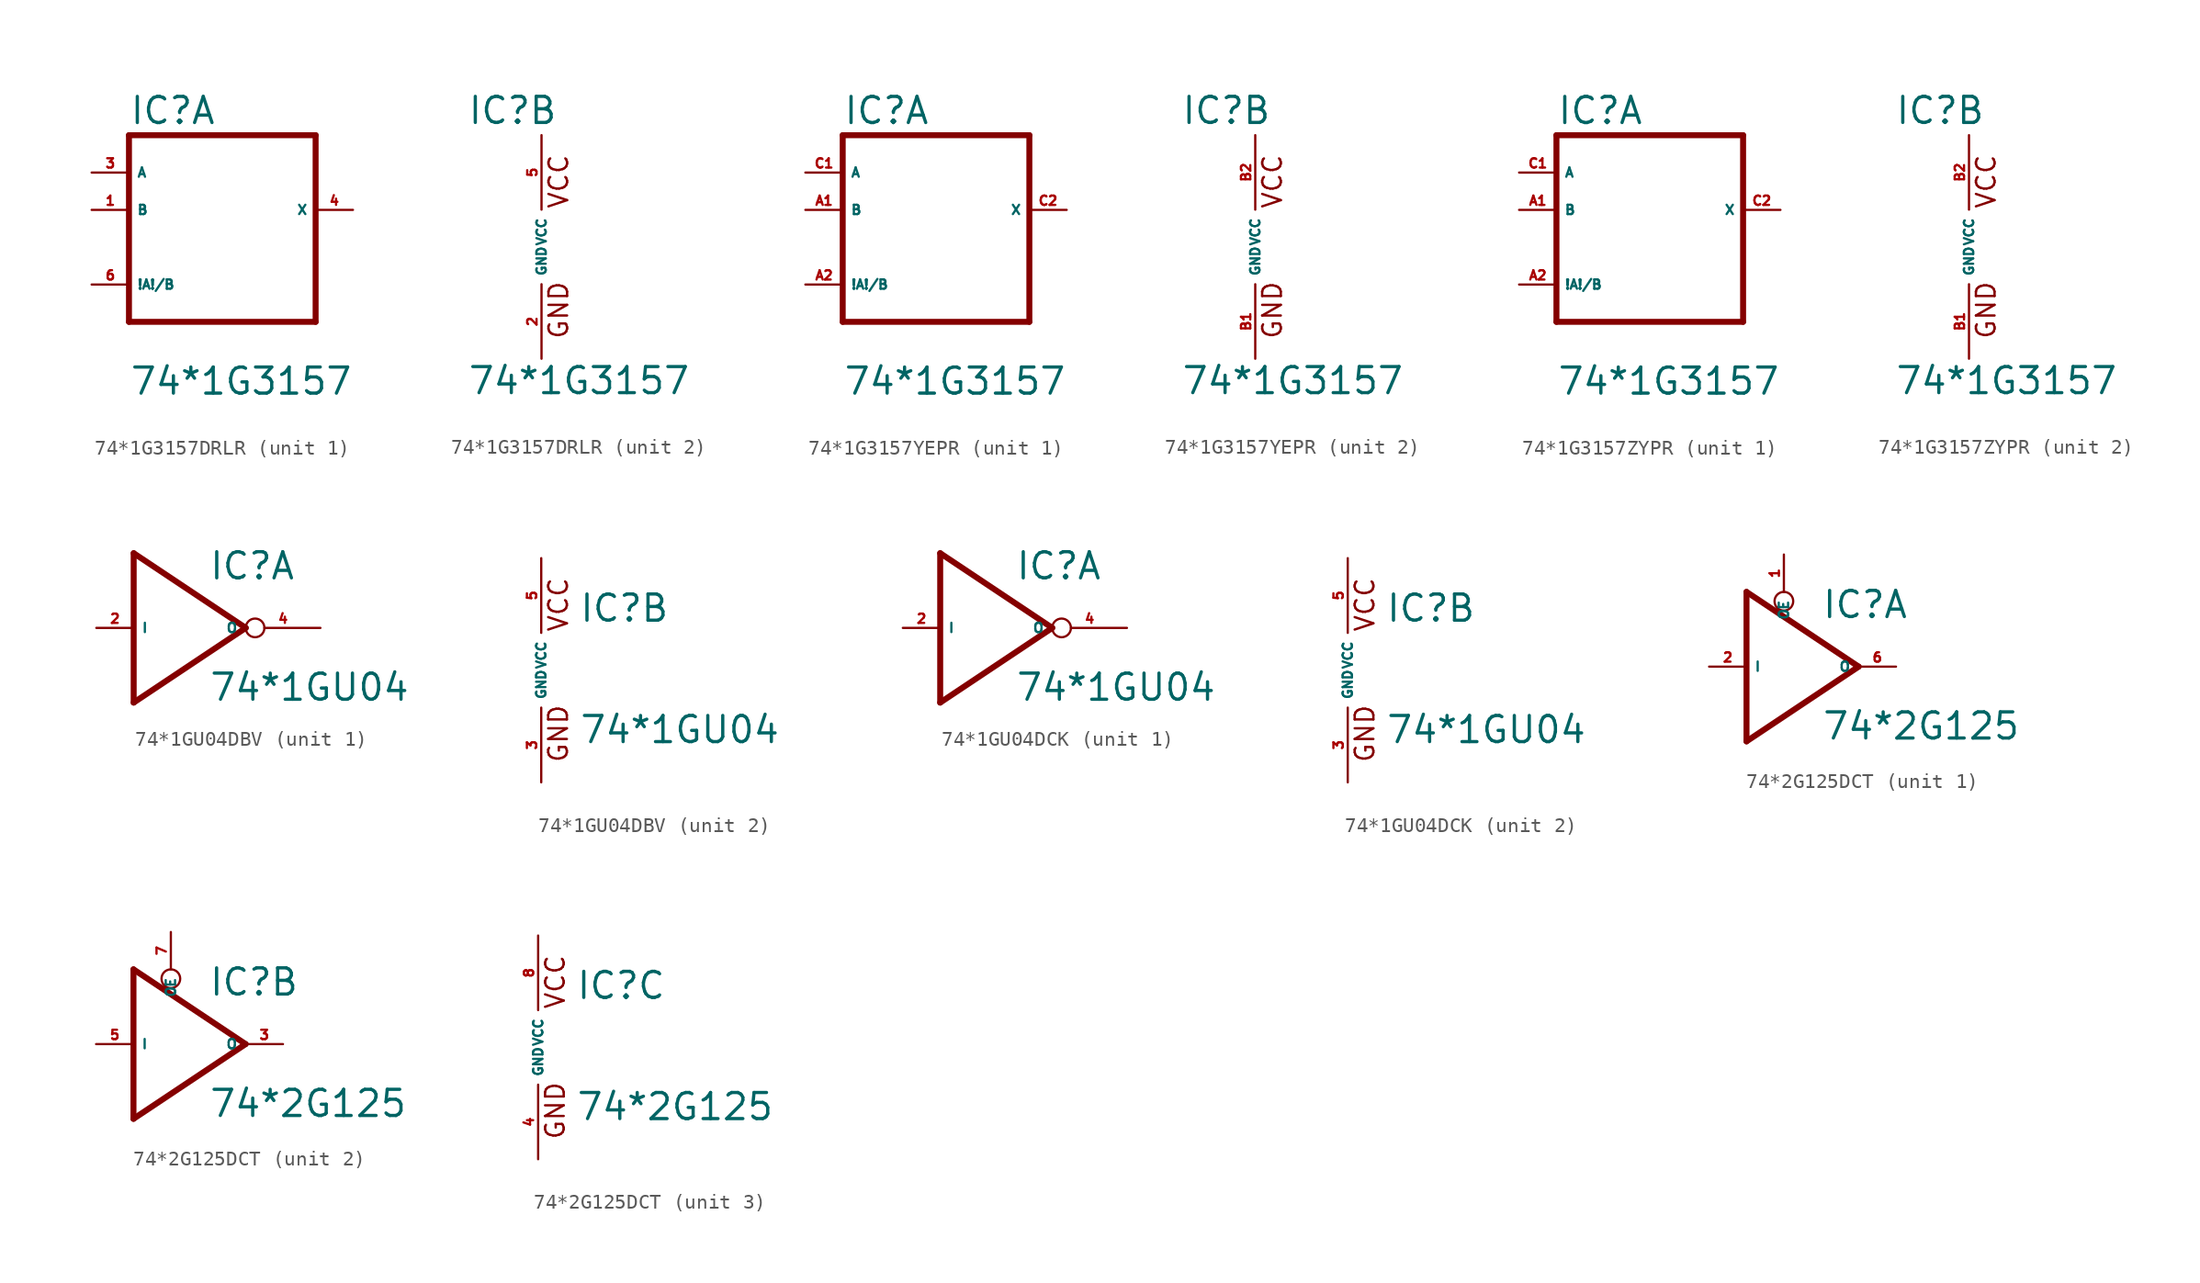
<source format=kicad_sym>
(kicad_symbol_lib
  (version 20220914)
  (generator Eagle2Kicad)
  (symbol "74*1G3157DRLR"
    (property "Reference" "IC"
      (at -5.08 8.255 0)
      (effects (font (size 1.778 1.778) (thickness 0.22)) (justify left bottom)))
    (property "Value" "74*1G3157"
      (at -5.08 -10.16 0)
      (effects (font (size 1.778 1.778) (thickness 0.22)) (justify left bottom)))
    (symbol "74*1G3157DRLR_1_0"
      (polyline (pts (xy -5.08 -5.08) (xy 7.62 -5.08)) (stroke (width 0.406) (type default)) (fill (type none)))
      (polyline (pts (xy 7.62 -5.08) (xy 7.62 7.62)) (stroke (width 0.406) (type default)) (fill (type none)))
      (polyline (pts (xy 7.62 7.62) (xy -5.08 7.62)) (stroke (width 0.406) (type default)) (fill (type none)))
      (polyline (pts (xy -5.08 7.62) (xy -5.08 -5.08)) (stroke (width 0.406) (type default)) (fill (type none)))
      (pin input line (at -7.62 -2.54 0) (length 2.54) (name "!A!/B" (effects (font (size 0.635 0.635) (thickness 0.08)) (justify left bottom))) (number "6" (effects (font (size 0.635 0.635) (thickness 0.08)) (justify left bottom))))
      (pin bidirectional line (at -7.62 5.08 0) (length 2.54) (name "A" (effects (font (size 0.635 0.635) (thickness 0.08)) (justify left bottom))) (number "3" (effects (font (size 0.635 0.635) (thickness 0.08)) (justify left bottom))))
      (pin bidirectional line (at -7.62 2.54 0) (length 2.54) (name "B" (effects (font (size 0.635 0.635) (thickness 0.08)) (justify left bottom))) (number "1" (effects (font (size 0.635 0.635) (thickness 0.08)) (justify left bottom))))
      (pin bidirectional line (at 10.16 2.54 180) (length 2.54) (name "X" (effects (font (size 0.635 0.635) (thickness 0.08)) (justify left bottom))) (number "4" (effects (font (size 0.635 0.635) (thickness 0.08)) (justify left bottom)))))
    (symbol "74*1G3157DRLR_2_0"
      (text "GND" (at 1.905 -6.35 900) (effects (font (size 1.27 1.27) (thickness 0.16)) (justify left bottom)))
      (text "VCC" (at 1.905 2.54 900) (effects (font (size 1.27 1.27) (thickness 0.16)) (justify left bottom)))
      (pin unspecified line (at 0 -7.62 90) (length 5.08) (name "GND" (effects (font (size 0.635 0.635) (thickness 0.08)) (justify left bottom))) (number "2" (effects (font (size 0.635 0.635) (thickness 0.08)) (justify left bottom))))
      (pin unspecified line (at 0 7.62 270) (length 5.08) (name "VCC" (effects (font (size 0.635 0.635) (thickness 0.08)) (justify left bottom))) (number "5" (effects (font (size 0.635 0.635) (thickness 0.08)) (justify left bottom))))))
  (symbol "74*1G3157YEPR"
    (property "Reference" "IC"
      (at -5.08 8.255 0)
      (effects (font (size 1.778 1.778) (thickness 0.22)) (justify left bottom)))
    (property "Value" "74*1G3157"
      (at -5.08 -10.16 0)
      (effects (font (size 1.778 1.778) (thickness 0.22)) (justify left bottom)))
    (symbol "74*1G3157YEPR_1_0"
      (polyline (pts (xy -5.08 -5.08) (xy 7.62 -5.08)) (stroke (width 0.406) (type default)) (fill (type none)))
      (polyline (pts (xy 7.62 -5.08) (xy 7.62 7.62)) (stroke (width 0.406) (type default)) (fill (type none)))
      (polyline (pts (xy 7.62 7.62) (xy -5.08 7.62)) (stroke (width 0.406) (type default)) (fill (type none)))
      (polyline (pts (xy -5.08 7.62) (xy -5.08 -5.08)) (stroke (width 0.406) (type default)) (fill (type none)))
      (pin input line (at -7.62 -2.54 0) (length 2.54) (name "!A!/B" (effects (font (size 0.635 0.635) (thickness 0.08)) (justify left bottom))) (number "A2" (effects (font (size 0.635 0.635) (thickness 0.08)) (justify left bottom))))
      (pin bidirectional line (at -7.62 5.08 0) (length 2.54) (name "A" (effects (font (size 0.635 0.635) (thickness 0.08)) (justify left bottom))) (number "C1" (effects (font (size 0.635 0.635) (thickness 0.08)) (justify left bottom))))
      (pin bidirectional line (at -7.62 2.54 0) (length 2.54) (name "B" (effects (font (size 0.635 0.635) (thickness 0.08)) (justify left bottom))) (number "A1" (effects (font (size 0.635 0.635) (thickness 0.08)) (justify left bottom))))
      (pin bidirectional line (at 10.16 2.54 180) (length 2.54) (name "X" (effects (font (size 0.635 0.635) (thickness 0.08)) (justify left bottom))) (number "C2" (effects (font (size 0.635 0.635) (thickness 0.08)) (justify left bottom)))))
    (symbol "74*1G3157YEPR_2_0"
      (text "GND" (at 1.905 -6.35 900) (effects (font (size 1.27 1.27) (thickness 0.16)) (justify left bottom)))
      (text "VCC" (at 1.905 2.54 900) (effects (font (size 1.27 1.27) (thickness 0.16)) (justify left bottom)))
      (pin unspecified line (at 0 -7.62 90) (length 5.08) (name "GND" (effects (font (size 0.635 0.635) (thickness 0.08)) (justify left bottom))) (number "B1" (effects (font (size 0.635 0.635) (thickness 0.08)) (justify left bottom))))
      (pin unspecified line (at 0 7.62 270) (length 5.08) (name "VCC" (effects (font (size 0.635 0.635) (thickness 0.08)) (justify left bottom))) (number "B2" (effects (font (size 0.635 0.635) (thickness 0.08)) (justify left bottom))))))
  (symbol "74*1G3157ZYPR"
    (property "Reference" "IC"
      (at -5.08 8.255 0)
      (effects (font (size 1.778 1.778) (thickness 0.22)) (justify left bottom)))
    (property "Value" "74*1G3157"
      (at -5.08 -10.16 0)
      (effects (font (size 1.778 1.778) (thickness 0.22)) (justify left bottom)))
    (symbol "74*1G3157ZYPR_1_0"
      (polyline (pts (xy -5.08 -5.08) (xy 7.62 -5.08)) (stroke (width 0.406) (type default)) (fill (type none)))
      (polyline (pts (xy 7.62 -5.08) (xy 7.62 7.62)) (stroke (width 0.406) (type default)) (fill (type none)))
      (polyline (pts (xy 7.62 7.62) (xy -5.08 7.62)) (stroke (width 0.406) (type default)) (fill (type none)))
      (polyline (pts (xy -5.08 7.62) (xy -5.08 -5.08)) (stroke (width 0.406) (type default)) (fill (type none)))
      (pin input line (at -7.62 -2.54 0) (length 2.54) (name "!A!/B" (effects (font (size 0.635 0.635) (thickness 0.08)) (justify left bottom))) (number "A2" (effects (font (size 0.635 0.635) (thickness 0.08)) (justify left bottom))))
      (pin bidirectional line (at -7.62 5.08 0) (length 2.54) (name "A" (effects (font (size 0.635 0.635) (thickness 0.08)) (justify left bottom))) (number "C1" (effects (font (size 0.635 0.635) (thickness 0.08)) (justify left bottom))))
      (pin bidirectional line (at -7.62 2.54 0) (length 2.54) (name "B" (effects (font (size 0.635 0.635) (thickness 0.08)) (justify left bottom))) (number "A1" (effects (font (size 0.635 0.635) (thickness 0.08)) (justify left bottom))))
      (pin bidirectional line (at 10.16 2.54 180) (length 2.54) (name "X" (effects (font (size 0.635 0.635) (thickness 0.08)) (justify left bottom))) (number "C2" (effects (font (size 0.635 0.635) (thickness 0.08)) (justify left bottom)))))
    (symbol "74*1G3157ZYPR_2_0"
      (text "GND" (at 1.905 -6.35 900) (effects (font (size 1.27 1.27) (thickness 0.16)) (justify left bottom)))
      (text "VCC" (at 1.905 2.54 900) (effects (font (size 1.27 1.27) (thickness 0.16)) (justify left bottom)))
      (pin unspecified line (at 0 -7.62 90) (length 5.08) (name "GND" (effects (font (size 0.635 0.635) (thickness 0.08)) (justify left bottom))) (number "B1" (effects (font (size 0.635 0.635) (thickness 0.08)) (justify left bottom))))
      (pin unspecified line (at 0 7.62 270) (length 5.08) (name "VCC" (effects (font (size 0.635 0.635) (thickness 0.08)) (justify left bottom))) (number "B2" (effects (font (size 0.635 0.635) (thickness 0.08)) (justify left bottom))))))
  (symbol "74*1GU04DBV"
    (property "Reference" "IC"
      (at 2.54 3.175 0)
      (effects (font (size 1.778 1.778) (thickness 0.22)) (justify left bottom)))
    (property "Value" "74*1GU04"
      (at 2.54 -5.08 0)
      (effects (font (size 1.778 1.778) (thickness 0.22)) (justify left bottom)))
    (symbol "74*1GU04DBV_1_0"
      (polyline (pts (xy -2.54 5.08) (xy 5.08 0)) (stroke (width 0.406) (type default)) (fill (type none)))
      (polyline (pts (xy 5.08 0) (xy -2.54 -5.08)) (stroke (width 0.406) (type default)) (fill (type none)))
      (polyline (pts (xy -2.54 -5.08) (xy -2.54 5.08)) (stroke (width 0.406) (type default)) (fill (type none)))
      (pin input line (at -5.08 0 0) (length 2.54) (name "I" (effects (font (size 0.635 0.635) (thickness 0.08)) (justify left bottom))) (number "2" (effects (font (size 0.635 0.635) (thickness 0.08)) (justify left bottom))))
      (pin output inverted (at 10.16 0 180) (length 5.08) (name "O" (effects (font (size 0.635 0.635) (thickness 0.08)) (justify left bottom))) (number "4" (effects (font (size 0.635 0.635) (thickness 0.08)) (justify left bottom)))))
    (symbol "74*1GU04DBV_2_0"
      (text "GND" (at 1.905 -6.35 900) (effects (font (size 1.27 1.27) (thickness 0.16)) (justify left bottom)))
      (text "VCC" (at 1.905 2.54 900) (effects (font (size 1.27 1.27) (thickness 0.16)) (justify left bottom)))
      (pin unspecified line (at 0 -7.62 90) (length 5.08) (name "GND" (effects (font (size 0.635 0.635) (thickness 0.08)) (justify left bottom))) (number "3" (effects (font (size 0.635 0.635) (thickness 0.08)) (justify left bottom))))
      (pin unspecified line (at 0 7.62 270) (length 5.08) (name "VCC" (effects (font (size 0.635 0.635) (thickness 0.08)) (justify left bottom))) (number "5" (effects (font (size 0.635 0.635) (thickness 0.08)) (justify left bottom))))))
  (symbol "74*1GU04DCK"
    (property "Reference" "IC"
      (at 2.54 3.175 0)
      (effects (font (size 1.778 1.778) (thickness 0.22)) (justify left bottom)))
    (property "Value" "74*1GU04"
      (at 2.54 -5.08 0)
      (effects (font (size 1.778 1.778) (thickness 0.22)) (justify left bottom)))
    (symbol "74*1GU04DCK_1_0"
      (polyline (pts (xy -2.54 5.08) (xy 5.08 0)) (stroke (width 0.406) (type default)) (fill (type none)))
      (polyline (pts (xy 5.08 0) (xy -2.54 -5.08)) (stroke (width 0.406) (type default)) (fill (type none)))
      (polyline (pts (xy -2.54 -5.08) (xy -2.54 5.08)) (stroke (width 0.406) (type default)) (fill (type none)))
      (pin input line (at -5.08 0 0) (length 2.54) (name "I" (effects (font (size 0.635 0.635) (thickness 0.08)) (justify left bottom))) (number "2" (effects (font (size 0.635 0.635) (thickness 0.08)) (justify left bottom))))
      (pin output inverted (at 10.16 0 180) (length 5.08) (name "O" (effects (font (size 0.635 0.635) (thickness 0.08)) (justify left bottom))) (number "4" (effects (font (size 0.635 0.635) (thickness 0.08)) (justify left bottom)))))
    (symbol "74*1GU04DCK_2_0"
      (text "GND" (at 1.905 -6.35 900) (effects (font (size 1.27 1.27) (thickness 0.16)) (justify left bottom)))
      (text "VCC" (at 1.905 2.54 900) (effects (font (size 1.27 1.27) (thickness 0.16)) (justify left bottom)))
      (pin unspecified line (at 0 -7.62 90) (length 5.08) (name "GND" (effects (font (size 0.635 0.635) (thickness 0.08)) (justify left bottom))) (number "3" (effects (font (size 0.635 0.635) (thickness 0.08)) (justify left bottom))))
      (pin unspecified line (at 0 7.62 270) (length 5.08) (name "VCC" (effects (font (size 0.635 0.635) (thickness 0.08)) (justify left bottom))) (number "5" (effects (font (size 0.635 0.635) (thickness 0.08)) (justify left bottom))))))
  (symbol "74*2G125DCT"
    (property "Reference" "IC"
      (at 2.54 3.175 0)
      (effects (font (size 1.778 1.778) (thickness 0.22)) (justify left bottom)))
    (property "Value" "74*2G125"
      (at 2.54 -5.08 0)
      (effects (font (size 1.778 1.778) (thickness 0.22)) (justify left bottom)))
    (symbol "74*2G125DCT_1_0"
      (polyline (pts (xy 5.08 0) (xy -2.54 5.08)) (stroke (width 0.406) (type default)) (fill (type none)))
      (polyline (pts (xy 5.08 0) (xy -2.54 -5.08)) (stroke (width 0.406) (type default)) (fill (type none)))
      (polyline (pts (xy -2.54 -5.08) (xy -2.54 5.08)) (stroke (width 0.406) (type default)) (fill (type none)))
      (circle (center 0 4.445) (radius 0.635) (stroke (width 0.152) (type default)) (fill (type none)))
      (pin input line (at 0 7.62 270) (length 2.54) (name "OE" (effects (font (size 0.635 0.635) (thickness 0.08)) (justify left bottom))) (number "1" (effects (font (size 0.635 0.635) (thickness 0.08)) (justify left bottom))))
      (pin input line (at -5.08 0 0) (length 2.54) (name "I" (effects (font (size 0.635 0.635) (thickness 0.08)) (justify left bottom))) (number "2" (effects (font (size 0.635 0.635) (thickness 0.08)) (justify left bottom))))
      (pin tri_state line (at 7.62 0 180) (length 2.54) (name "O" (effects (font (size 0.635 0.635) (thickness 0.08)) (justify left bottom))) (number "6" (effects (font (size 0.635 0.635) (thickness 0.08)) (justify left bottom)))))
    (symbol "74*2G125DCT_2_0"
      (polyline (pts (xy 5.08 0) (xy -2.54 5.08)) (stroke (width 0.406) (type default)) (fill (type none)))
      (polyline (pts (xy 5.08 0) (xy -2.54 -5.08)) (stroke (width 0.406) (type default)) (fill (type none)))
      (polyline (pts (xy -2.54 -5.08) (xy -2.54 5.08)) (stroke (width 0.406) (type default)) (fill (type none)))
      (circle (center 0 4.445) (radius 0.635) (stroke (width 0.152) (type default)) (fill (type none)))
      (pin input line (at 0 7.62 270) (length 2.54) (name "OE" (effects (font (size 0.635 0.635) (thickness 0.08)) (justify left bottom))) (number "7" (effects (font (size 0.635 0.635) (thickness 0.08)) (justify left bottom))))
      (pin input line (at -5.08 0 0) (length 2.54) (name "I" (effects (font (size 0.635 0.635) (thickness 0.08)) (justify left bottom))) (number "5" (effects (font (size 0.635 0.635) (thickness 0.08)) (justify left bottom))))
      (pin tri_state line (at 7.62 0 180) (length 2.54) (name "O" (effects (font (size 0.635 0.635) (thickness 0.08)) (justify left bottom))) (number "3" (effects (font (size 0.635 0.635) (thickness 0.08)) (justify left bottom)))))
    (symbol "74*2G125DCT_3_0"
      (text "GND" (at 1.905 -6.35 900) (effects (font (size 1.27 1.27) (thickness 0.16)) (justify left bottom)))
      (text "VCC" (at 1.905 2.54 900) (effects (font (size 1.27 1.27) (thickness 0.16)) (justify left bottom)))
      (pin unspecified line (at 0 -7.62 90) (length 5.08) (name "GND" (effects (font (size 0.635 0.635) (thickness 0.08)) (justify left bottom))) (number "4" (effects (font (size 0.635 0.635) (thickness 0.08)) (justify left bottom))))
      (pin unspecified line (at 0 7.62 270) (length 5.08) (name "VCC" (effects (font (size 0.635 0.635) (thickness 0.08)) (justify left bottom))) (number "8" (effects (font (size 0.635 0.635) (thickness 0.08)) (justify left bottom)))))))
</source>
